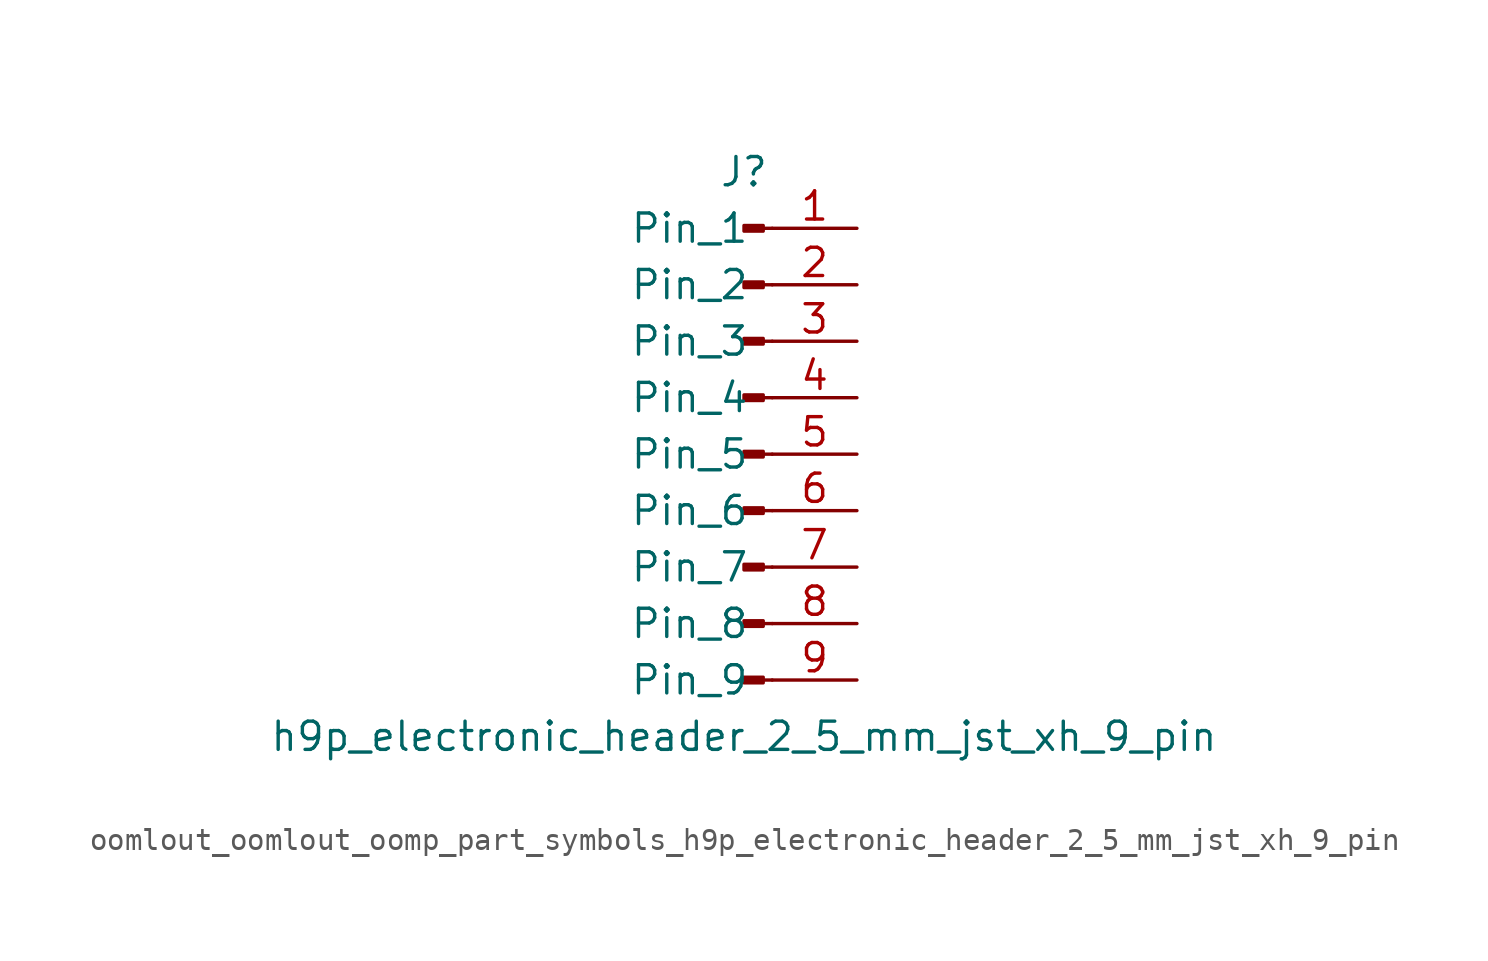
<source format=kicad_sym>
(kicad_symbol_lib
  (version 20220914)
  (generator kicad_symbol_editor)
  (symbol "oomlout_oomlout_oomp_part_symbols_h9p_electronic_header_2_5_mm_jst_xh_9_pin"
    (pin_names
      (offset 1.016))
    (property "Reference" "J"
      (at 0 12.7 0)
      (effects (font (size 1.27 1.27))))
    (property "Value" "h9p_electronic_header_2_5_mm_jst_xh_9_pin"
      (at 0 -12.7 0)
      (effects (font (size 1.27 1.27))))
    (property "ki_locked" ""
      (at 0 0 0)
      (effects (font (size 1.27 1.27))))
    (symbol "oomlout_oomlout_oomp_part_symbols_h9p_electronic_header_2_5_mm_jst_xh_9_pin_1_1"
      (polyline (pts (xy 1.27 -10.16) (xy 0.864 -10.16)) (stroke (width 0.152) (type default)) (fill (type none)))
      (polyline (pts (xy 1.27 -7.62) (xy 0.864 -7.62)) (stroke (width 0.152) (type default)) (fill (type none)))
      (polyline (pts (xy 1.27 -5.08) (xy 0.864 -5.08)) (stroke (width 0.152) (type default)) (fill (type none)))
      (polyline (pts (xy 1.27 -2.54) (xy 0.864 -2.54)) (stroke (width 0.152) (type default)) (fill (type none)))
      (polyline (pts (xy 1.27 0) (xy 0.864 0)) (stroke (width 0.152) (type default)) (fill (type none)))
      (polyline (pts (xy 1.27 2.54) (xy 0.864 2.54)) (stroke (width 0.152) (type default)) (fill (type none)))
      (polyline (pts (xy 1.27 5.08) (xy 0.864 5.08)) (stroke (width 0.152) (type default)) (fill (type none)))
      (polyline (pts (xy 1.27 7.62) (xy 0.864 7.62)) (stroke (width 0.152) (type default)) (fill (type none)))
      (polyline (pts (xy 1.27 10.16) (xy 0.864 10.16)) (stroke (width 0.152) (type default)) (fill (type none)))
      (rectangle (start 0.864 -10.033) (end 0 -10.287) (stroke (width 0.152) (type default)) (fill (type outline)))
      (rectangle (start 0.864 -7.493) (end 0 -7.747) (stroke (width 0.152) (type default)) (fill (type outline)))
      (rectangle (start 0.864 -4.953) (end 0 -5.207) (stroke (width 0.152) (type default)) (fill (type outline)))
      (rectangle (start 0.864 -2.413) (end 0 -2.667) (stroke (width 0.152) (type default)) (fill (type outline)))
      (rectangle (start 0.864 0.127) (end 0 -0.127) (stroke (width 0.152) (type default)) (fill (type outline)))
      (rectangle (start 0.864 2.667) (end 0 2.413) (stroke (width 0.152) (type default)) (fill (type outline)))
      (rectangle (start 0.864 5.207) (end 0 4.953) (stroke (width 0.152) (type default)) (fill (type outline)))
      (rectangle (start 0.864 7.747) (end 0 7.493) (stroke (width 0.152) (type default)) (fill (type outline)))
      (rectangle (start 0.864 10.287) (end 0 10.033) (stroke (width 0.152) (type default)) (fill (type outline)))
      (pin passive line (at 5.08 10.16 180) (length 3.81) (name "Pin_1" (effects (font (size 1.27 1.27)))) (number "1" (effects (font (size 1.27 1.27)))))
      (pin passive line (at 5.08 7.62 180) (length 3.81) (name "Pin_2" (effects (font (size 1.27 1.27)))) (number "2" (effects (font (size 1.27 1.27)))))
      (pin passive line (at 5.08 5.08 180) (length 3.81) (name "Pin_3" (effects (font (size 1.27 1.27)))) (number "3" (effects (font (size 1.27 1.27)))))
      (pin passive line (at 5.08 2.54 180) (length 3.81) (name "Pin_4" (effects (font (size 1.27 1.27)))) (number "4" (effects (font (size 1.27 1.27)))))
      (pin passive line (at 5.08 0 180) (length 3.81) (name "Pin_5" (effects (font (size 1.27 1.27)))) (number "5" (effects (font (size 1.27 1.27)))))
      (pin passive line (at 5.08 -2.54 180) (length 3.81) (name "Pin_6" (effects (font (size 1.27 1.27)))) (number "6" (effects (font (size 1.27 1.27)))))
      (pin passive line (at 5.08 -5.08 180) (length 3.81) (name "Pin_7" (effects (font (size 1.27 1.27)))) (number "7" (effects (font (size 1.27 1.27)))))
      (pin passive line (at 5.08 -7.62 180) (length 3.81) (name "Pin_8" (effects (font (size 1.27 1.27)))) (number "8" (effects (font (size 1.27 1.27)))))
      (pin passive line (at 5.08 -10.16 180) (length 3.81) (name "Pin_9" (effects (font (size 1.27 1.27)))) (number "9" (effects (font (size 1.27 1.27))))))))
</source>
